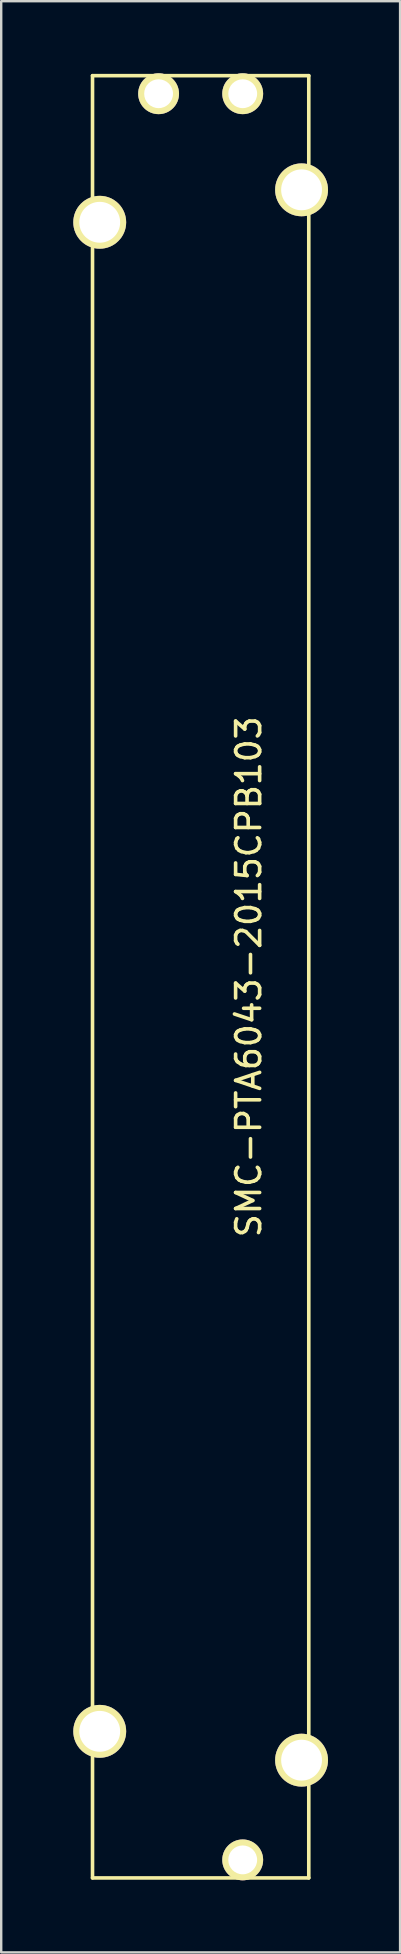
<source format=kicad_pcb>
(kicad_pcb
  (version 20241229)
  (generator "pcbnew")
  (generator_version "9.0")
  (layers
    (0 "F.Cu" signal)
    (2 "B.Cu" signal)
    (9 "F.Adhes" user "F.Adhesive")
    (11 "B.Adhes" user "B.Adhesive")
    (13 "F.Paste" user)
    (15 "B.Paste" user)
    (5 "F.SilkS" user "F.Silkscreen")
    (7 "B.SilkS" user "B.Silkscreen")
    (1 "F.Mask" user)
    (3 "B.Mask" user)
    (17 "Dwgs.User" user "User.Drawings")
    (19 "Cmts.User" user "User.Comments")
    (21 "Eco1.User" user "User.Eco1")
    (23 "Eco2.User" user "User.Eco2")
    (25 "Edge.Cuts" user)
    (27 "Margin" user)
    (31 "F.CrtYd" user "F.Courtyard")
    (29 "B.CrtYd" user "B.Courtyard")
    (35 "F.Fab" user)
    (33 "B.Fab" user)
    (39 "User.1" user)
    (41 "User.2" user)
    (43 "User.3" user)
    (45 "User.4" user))
  (footprint "SMC-PTA6043-2015CPB103"
    (layer "F.Cu")
    (at 5.3 37.6)
    (property "Reference" "SMC-PTA6043-2015CPB103" (at 2 0 90) (layer "F.SilkS") (effects (font (size 1 1) (thickness 0.15))))
    (attr through_hole)
    (fp_line (start -4.5 -37.5) (end 4.5 -37.5) (stroke (width 0.15) (type solid)) (layer "F.SilkS"))
    (fp_line (start -4.5 37.5) (end -4.5 -37.5) (stroke (width 0.15) (type solid)) (layer "F.SilkS"))
    (fp_line (start 4.5 37.5) (end -4.5 37.5) (stroke (width 0.15) (type solid)) (layer "F.SilkS"))
    (fp_line (start 4.5 37.5) (end 4.5 -37.5) (stroke (width 0.15) (type solid)) (layer "F.SilkS"))
    (pad "1" thru_hole circle (at 1.75 -36.75) (size 1.7 1.7) (drill 1.2) (layers "*.Cu" "*.Mask" "F.SilkS"))
    (pad "2" thru_hole circle (at -1.75 -36.75) (size 1.7 1.7) (drill 1.2) (layers "*.Cu" "*.Mask" "F.SilkS"))
    (pad "3" thru_hole circle (at 1.75 36.75) (size 1.7 1.7) (drill 1.2) (layers "*.Cu" "*.Mask" "F.SilkS"))
    (pad "4" thru_hole circle (at -4.2 31.4) (size 2.2 2.2) (drill 1.7) (layers "*.Cu" "*.Mask" "F.SilkS"))
    (pad "5" thru_hole circle (at -4.2 -31.4) (size 2.2 2.2) (drill 1.7) (layers "*.Cu" "*.Mask" "F.SilkS"))
    (pad "6" thru_hole circle (at 4.2 -32.75) (size 2.2 2.2) (drill 1.7) (layers "*.Cu" "*.Mask" "F.SilkS"))
    (pad "7" thru_hole circle (at 4.2 32.6) (size 2.2 2.2) (drill 1.7) (layers "*.Cu" "*.Mask" "F.SilkS")))
  (gr_rect
    (start -3 -3)
    (end 13.6 78.2)
    (stroke (width 0.1) (type default))
    (fill no)
    (layer "Edge.Cuts")))
</source>
